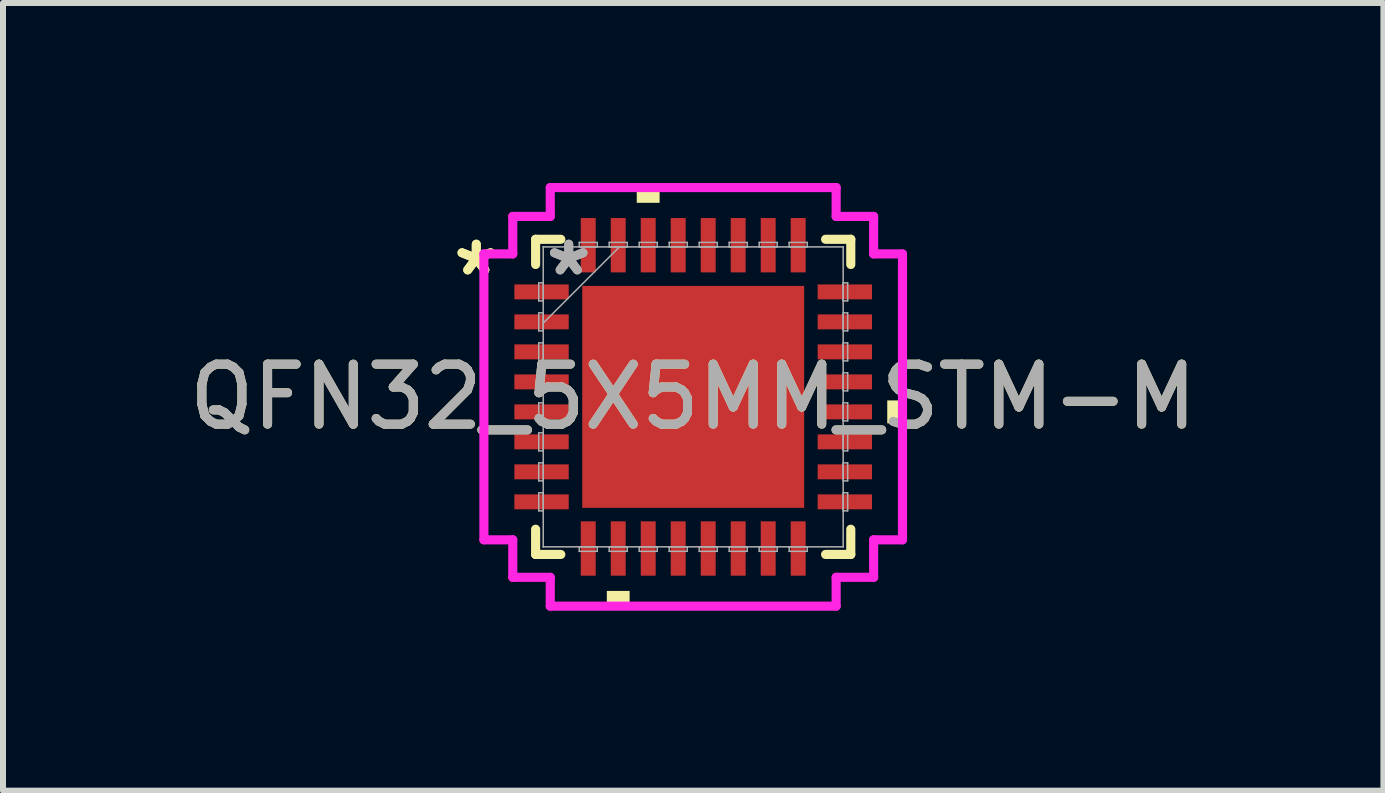
<source format=kicad_pcb>
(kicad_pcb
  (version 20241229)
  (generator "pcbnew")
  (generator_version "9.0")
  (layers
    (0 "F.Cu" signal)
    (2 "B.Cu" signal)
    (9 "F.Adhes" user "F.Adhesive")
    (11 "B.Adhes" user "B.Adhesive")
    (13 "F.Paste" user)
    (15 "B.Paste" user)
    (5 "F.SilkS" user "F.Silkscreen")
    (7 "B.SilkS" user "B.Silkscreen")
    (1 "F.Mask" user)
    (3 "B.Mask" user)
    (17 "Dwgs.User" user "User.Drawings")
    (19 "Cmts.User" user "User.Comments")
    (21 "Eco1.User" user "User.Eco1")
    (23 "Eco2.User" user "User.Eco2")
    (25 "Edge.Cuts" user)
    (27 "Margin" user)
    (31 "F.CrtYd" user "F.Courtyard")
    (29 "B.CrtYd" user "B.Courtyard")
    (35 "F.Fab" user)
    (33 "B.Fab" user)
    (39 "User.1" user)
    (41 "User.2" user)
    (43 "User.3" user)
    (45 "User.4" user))
  (footprint "QFN32_5X5MM_STM-M"
    (layer "F.Cu")
    (at 8.506 3.566)
    (property "Reference" "QFN32_5X5MM_STM-M" (at 0 0 0) (unlocked yes) (layer "F.SilkS") (effects (font (size 1 1) (thickness 0.15))))
    (attr smd)
    (fp_line (start -2.627 -2.627) (end -2.627 -2.207) (stroke (width 0.152) (type solid)) (layer "F.SilkS"))
    (fp_line (start -2.627 2.207) (end -2.627 2.627) (stroke (width 0.152) (type solid)) (layer "F.SilkS"))
    (fp_line (start -2.627 2.627) (end -2.207 2.627) (stroke (width 0.152) (type solid)) (layer "F.SilkS"))
    (fp_line (start -2.207 -2.627) (end -2.627 -2.627) (stroke (width 0.152) (type solid)) (layer "F.SilkS"))
    (fp_line (start 2.207 2.627) (end 2.627 2.627) (stroke (width 0.152) (type solid)) (layer "F.SilkS"))
    (fp_line (start 2.627 -2.627) (end 2.207 -2.627) (stroke (width 0.152) (type solid)) (layer "F.SilkS"))
    (fp_line (start 2.627 -2.207) (end 2.627 -2.627) (stroke (width 0.152) (type solid)) (layer "F.SilkS"))
    (fp_line (start 2.627 2.627) (end 2.627 2.207) (stroke (width 0.152) (type solid)) (layer "F.SilkS"))
    (fp_poly (pts (xy -1.44 3.235) (xy -1.44 3.489) (xy -1.06 3.489) (xy -1.06 3.235)) (stroke (width 0) (type solid)) (fill yes) (layer "F.SilkS"))
    (fp_poly (pts (xy -0.941 -3.235) (xy -0.941 -3.489) (xy -0.56 -3.489) (xy -0.56 -3.235)) (stroke (width 0) (type solid)) (fill yes) (layer "F.SilkS"))
    (fp_poly (pts (xy 3.489 0.059) (xy 3.489 0.441) (xy 3.235 0.441) (xy 3.235 0.059)) (stroke (width 0) (type solid)) (fill yes) (layer "F.SilkS"))
    (fp_poly (pts (xy -1.75 -1.75) (xy -1.75 -0.1) (xy -0.1 -0.1) (xy -0.1 -1.75)) (stroke (width 0) (type solid)) (fill yes) (layer "F.Paste"))
    (fp_poly (pts (xy -1.75 0.1) (xy -1.75 1.75) (xy -0.1 1.75) (xy -0.1 0.1)) (stroke (width 0) (type solid)) (fill yes) (layer "F.Paste"))
    (fp_poly (pts (xy 0.1 -1.75) (xy 0.1 -0.1) (xy 1.75 -0.1) (xy 1.75 -1.75)) (stroke (width 0) (type solid)) (fill yes) (layer "F.Paste"))
    (fp_poly (pts (xy 0.1 0.1) (xy 0.1 1.75) (xy 1.75 1.75) (xy 1.75 0.1)) (stroke (width 0) (type solid)) (fill yes) (layer "F.Paste"))
    (fp_line (start -3.489 -2.383) (end -3.008 -2.383) (stroke (width 0.152) (type solid)) (layer "F.CrtYd"))
    (fp_line (start -3.489 2.383) (end -3.489 -2.383) (stroke (width 0.152) (type solid)) (layer "F.CrtYd"))
    (fp_line (start -3.008 -3.008) (end -2.383 -3.008) (stroke (width 0.152) (type solid)) (layer "F.CrtYd"))
    (fp_line (start -3.008 -2.383) (end -3.008 -3.008) (stroke (width 0.152) (type solid)) (layer "F.CrtYd"))
    (fp_line (start -3.008 2.383) (end -3.489 2.383) (stroke (width 0.152) (type solid)) (layer "F.CrtYd"))
    (fp_line (start -3.008 3.008) (end -3.008 2.383) (stroke (width 0.152) (type solid)) (layer "F.CrtYd"))
    (fp_line (start -2.383 -3.489) (end 2.383 -3.489) (stroke (width 0.152) (type solid)) (layer "F.CrtYd"))
    (fp_line (start -2.383 -3.008) (end -2.383 -3.489) (stroke (width 0.152) (type solid)) (layer "F.CrtYd"))
    (fp_line (start -2.383 3.008) (end -3.008 3.008) (stroke (width 0.152) (type solid)) (layer "F.CrtYd"))
    (fp_line (start -2.383 3.489) (end -2.383 3.008) (stroke (width 0.152) (type solid)) (layer "F.CrtYd"))
    (fp_line (start 2.383 -3.489) (end 2.383 -3.008) (stroke (width 0.152) (type solid)) (layer "F.CrtYd"))
    (fp_line (start 2.383 -3.008) (end 3.008 -3.008) (stroke (width 0.152) (type solid)) (layer "F.CrtYd"))
    (fp_line (start 2.383 3.008) (end 2.383 3.489) (stroke (width 0.152) (type solid)) (layer "F.CrtYd"))
    (fp_line (start 2.383 3.489) (end -2.383 3.489) (stroke (width 0.152) (type solid)) (layer "F.CrtYd"))
    (fp_line (start 3.008 -3.008) (end 3.008 -2.383) (stroke (width 0.152) (type solid)) (layer "F.CrtYd"))
    (fp_line (start 3.008 -2.383) (end 3.489 -2.383) (stroke (width 0.152) (type solid)) (layer "F.CrtYd"))
    (fp_line (start 3.008 2.383) (end 3.008 3.008) (stroke (width 0.152) (type solid)) (layer "F.CrtYd"))
    (fp_line (start 3.008 3.008) (end 2.383 3.008) (stroke (width 0.152) (type solid)) (layer "F.CrtYd"))
    (fp_line (start 3.489 -2.383) (end 3.489 2.383) (stroke (width 0.152) (type solid)) (layer "F.CrtYd"))
    (fp_line (start 3.489 2.383) (end 3.008 2.383) (stroke (width 0.152) (type solid)) (layer "F.CrtYd"))
    (fp_line (start -2.575 -1.9) (end -2.575 -1.6) (stroke (width 0.025) (type solid)) (layer "F.Fab"))
    (fp_line (start -2.575 -1.6) (end -2.5 -1.6) (stroke (width 0.025) (type solid)) (layer "F.Fab"))
    (fp_line (start -2.575 -1.4) (end -2.575 -1.1) (stroke (width 0.025) (type solid)) (layer "F.Fab"))
    (fp_line (start -2.575 -1.1) (end -2.5 -1.1) (stroke (width 0.025) (type solid)) (layer "F.Fab"))
    (fp_line (start -2.575 -0.9) (end -2.575 -0.6) (stroke (width 0.025) (type solid)) (layer "F.Fab"))
    (fp_line (start -2.575 -0.6) (end -2.5 -0.6) (stroke (width 0.025) (type solid)) (layer "F.Fab"))
    (fp_line (start -2.575 -0.4) (end -2.575 -0.1) (stroke (width 0.025) (type solid)) (layer "F.Fab"))
    (fp_line (start -2.575 -0.1) (end -2.5 -0.1) (stroke (width 0.025) (type solid)) (layer "F.Fab"))
    (fp_line (start -2.575 0.1) (end -2.575 0.4) (stroke (width 0.025) (type solid)) (layer "F.Fab"))
    (fp_line (start -2.575 0.4) (end -2.5 0.4) (stroke (width 0.025) (type solid)) (layer "F.Fab"))
    (fp_line (start -2.575 0.6) (end -2.575 0.9) (stroke (width 0.025) (type solid)) (layer "F.Fab"))
    (fp_line (start -2.575 0.9) (end -2.5 0.9) (stroke (width 0.025) (type solid)) (layer "F.Fab"))
    (fp_line (start -2.575 1.1) (end -2.575 1.4) (stroke (width 0.025) (type solid)) (layer "F.Fab"))
    (fp_line (start -2.575 1.4) (end -2.5 1.4) (stroke (width 0.025) (type solid)) (layer "F.Fab"))
    (fp_line (start -2.575 1.6) (end -2.575 1.9) (stroke (width 0.025) (type solid)) (layer "F.Fab"))
    (fp_line (start -2.575 1.9) (end -2.5 1.9) (stroke (width 0.025) (type solid)) (layer "F.Fab"))
    (fp_line (start -2.5 -2.5) (end -2.5 -2.5) (stroke (width 0.025) (type solid)) (layer "F.Fab"))
    (fp_line (start -2.5 -2.5) (end -2.5 2.5) (stroke (width 0.025) (type solid)) (layer "F.Fab"))
    (fp_line (start -2.5 -1.9) (end -2.575 -1.9) (stroke (width 0.025) (type solid)) (layer "F.Fab"))
    (fp_line (start -2.5 -1.6) (end -2.5 -1.9) (stroke (width 0.025) (type solid)) (layer "F.Fab"))
    (fp_line (start -2.5 -1.4) (end -2.575 -1.4) (stroke (width 0.025) (type solid)) (layer "F.Fab"))
    (fp_line (start -2.5 -1.23) (end -1.23 -2.5) (stroke (width 0.025) (type solid)) (layer "F.Fab"))
    (fp_line (start -2.5 -1.1) (end -2.5 -1.4) (stroke (width 0.025) (type solid)) (layer "F.Fab"))
    (fp_line (start -2.5 -0.9) (end -2.575 -0.9) (stroke (width 0.025) (type solid)) (layer "F.Fab"))
    (fp_line (start -2.5 -0.6) (end -2.5 -0.9) (stroke (width 0.025) (type solid)) (layer "F.Fab"))
    (fp_line (start -2.5 -0.4) (end -2.575 -0.4) (stroke (width 0.025) (type solid)) (layer "F.Fab"))
    (fp_line (start -2.5 -0.1) (end -2.5 -0.4) (stroke (width 0.025) (type solid)) (layer "F.Fab"))
    (fp_line (start -2.5 0.1) (end -2.575 0.1) (stroke (width 0.025) (type solid)) (layer "F.Fab"))
    (fp_line (start -2.5 0.4) (end -2.5 0.1) (stroke (width 0.025) (type solid)) (layer "F.Fab"))
    (fp_line (start -2.5 0.6) (end -2.575 0.6) (stroke (width 0.025) (type solid)) (layer "F.Fab"))
    (fp_line (start -2.5 0.9) (end -2.5 0.6) (stroke (width 0.025) (type solid)) (layer "F.Fab"))
    (fp_line (start -2.5 1.1) (end -2.575 1.1) (stroke (width 0.025) (type solid)) (layer "F.Fab"))
    (fp_line (start -2.5 1.4) (end -2.5 1.1) (stroke (width 0.025) (type solid)) (layer "F.Fab"))
    (fp_line (start -2.5 1.6) (end -2.575 1.6) (stroke (width 0.025) (type solid)) (layer "F.Fab"))
    (fp_line (start -2.5 1.9) (end -2.5 1.6) (stroke (width 0.025) (type solid)) (layer "F.Fab"))
    (fp_line (start -2.5 2.5) (end -2.5 2.5) (stroke (width 0.025) (type solid)) (layer "F.Fab"))
    (fp_line (start -2.5 2.5) (end 2.5 2.5) (stroke (width 0.025) (type solid)) (layer "F.Fab"))
    (fp_line (start -1.9 -2.575) (end -1.9 -2.5) (stroke (width 0.025) (type solid)) (layer "F.Fab"))
    (fp_line (start -1.9 -2.5) (end -1.6 -2.5) (stroke (width 0.025) (type solid)) (layer "F.Fab"))
    (fp_line (start -1.9 2.5) (end -1.9 2.575) (stroke (width 0.025) (type solid)) (layer "F.Fab"))
    (fp_line (start -1.9 2.575) (end -1.6 2.575) (stroke (width 0.025) (type solid)) (layer "F.Fab"))
    (fp_line (start -1.6 -2.575) (end -1.9 -2.575) (stroke (width 0.025) (type solid)) (layer "F.Fab"))
    (fp_line (start -1.6 -2.5) (end -1.6 -2.575) (stroke (width 0.025) (type solid)) (layer "F.Fab"))
    (fp_line (start -1.6 2.5) (end -1.9 2.5) (stroke (width 0.025) (type solid)) (layer "F.Fab"))
    (fp_line (start -1.6 2.575) (end -1.6 2.5) (stroke (width 0.025) (type solid)) (layer "F.Fab"))
    (fp_line (start -1.4 -2.575) (end -1.4 -2.5) (stroke (width 0.025) (type solid)) (layer "F.Fab"))
    (fp_line (start -1.4 -2.5) (end -1.1 -2.5) (stroke (width 0.025) (type solid)) (layer "F.Fab"))
    (fp_line (start -1.4 2.5) (end -1.4 2.575) (stroke (width 0.025) (type solid)) (layer "F.Fab"))
    (fp_line (start -1.4 2.575) (end -1.1 2.575) (stroke (width 0.025) (type solid)) (layer "F.Fab"))
    (fp_line (start -1.1 -2.575) (end -1.4 -2.575) (stroke (width 0.025) (type solid)) (layer "F.Fab"))
    (fp_line (start -1.1 -2.5) (end -1.1 -2.575) (stroke (width 0.025) (type solid)) (layer "F.Fab"))
    (fp_line (start -1.1 2.5) (end -1.4 2.5) (stroke (width 0.025) (type solid)) (layer "F.Fab"))
    (fp_line (start -1.1 2.575) (end -1.1 2.5) (stroke (width 0.025) (type solid)) (layer "F.Fab"))
    (fp_line (start -0.9 -2.575) (end -0.9 -2.5) (stroke (width 0.025) (type solid)) (layer "F.Fab"))
    (fp_line (start -0.9 -2.5) (end -0.6 -2.5) (stroke (width 0.025) (type solid)) (layer "F.Fab"))
    (fp_line (start -0.9 2.5) (end -0.9 2.575) (stroke (width 0.025) (type solid)) (layer "F.Fab"))
    (fp_line (start -0.9 2.575) (end -0.6 2.575) (stroke (width 0.025) (type solid)) (layer "F.Fab"))
    (fp_line (start -0.6 -2.575) (end -0.9 -2.575) (stroke (width 0.025) (type solid)) (layer "F.Fab"))
    (fp_line (start -0.6 -2.5) (end -0.6 -2.575) (stroke (width 0.025) (type solid)) (layer "F.Fab"))
    (fp_line (start -0.6 2.5) (end -0.9 2.5) (stroke (width 0.025) (type solid)) (layer "F.Fab"))
    (fp_line (start -0.6 2.575) (end -0.6 2.5) (stroke (width 0.025) (type solid)) (layer "F.Fab"))
    (fp_line (start -0.4 -2.575) (end -0.4 -2.5) (stroke (width 0.025) (type solid)) (layer "F.Fab"))
    (fp_line (start -0.4 -2.5) (end -0.1 -2.5) (stroke (width 0.025) (type solid)) (layer "F.Fab"))
    (fp_line (start -0.4 2.5) (end -0.4 2.575) (stroke (width 0.025) (type solid)) (layer "F.Fab"))
    (fp_line (start -0.4 2.575) (end -0.1 2.575) (stroke (width 0.025) (type solid)) (layer "F.Fab"))
    (fp_line (start -0.1 -2.575) (end -0.4 -2.575) (stroke (width 0.025) (type solid)) (layer "F.Fab"))
    (fp_line (start -0.1 -2.5) (end -0.1 -2.575) (stroke (width 0.025) (type solid)) (layer "F.Fab"))
    (fp_line (start -0.1 2.5) (end -0.4 2.5) (stroke (width 0.025) (type solid)) (layer "F.Fab"))
    (fp_line (start -0.1 2.575) (end -0.1 2.5) (stroke (width 0.025) (type solid)) (layer "F.Fab"))
    (fp_line (start 0.1 -2.575) (end 0.1 -2.5) (stroke (width 0.025) (type solid)) (layer "F.Fab"))
    (fp_line (start 0.1 -2.5) (end 0.4 -2.5) (stroke (width 0.025) (type solid)) (layer "F.Fab"))
    (fp_line (start 0.1 2.5) (end 0.1 2.575) (stroke (width 0.025) (type solid)) (layer "F.Fab"))
    (fp_line (start 0.1 2.575) (end 0.4 2.575) (stroke (width 0.025) (type solid)) (layer "F.Fab"))
    (fp_line (start 0.4 -2.575) (end 0.1 -2.575) (stroke (width 0.025) (type solid)) (layer "F.Fab"))
    (fp_line (start 0.4 -2.5) (end 0.4 -2.575) (stroke (width 0.025) (type solid)) (layer "F.Fab"))
    (fp_line (start 0.4 2.5) (end 0.1 2.5) (stroke (width 0.025) (type solid)) (layer "F.Fab"))
    (fp_line (start 0.4 2.575) (end 0.4 2.5) (stroke (width 0.025) (type solid)) (layer "F.Fab"))
    (fp_line (start 0.6 -2.575) (end 0.6 -2.5) (stroke (width 0.025) (type solid)) (layer "F.Fab"))
    (fp_line (start 0.6 -2.5) (end 0.9 -2.5) (stroke (width 0.025) (type solid)) (layer "F.Fab"))
    (fp_line (start 0.6 2.5) (end 0.6 2.575) (stroke (width 0.025) (type solid)) (layer "F.Fab"))
    (fp_line (start 0.6 2.575) (end 0.9 2.575) (stroke (width 0.025) (type solid)) (layer "F.Fab"))
    (fp_line (start 0.9 -2.575) (end 0.6 -2.575) (stroke (width 0.025) (type solid)) (layer "F.Fab"))
    (fp_line (start 0.9 -2.5) (end 0.9 -2.575) (stroke (width 0.025) (type solid)) (layer "F.Fab"))
    (fp_line (start 0.9 2.5) (end 0.6 2.5) (stroke (width 0.025) (type solid)) (layer "F.Fab"))
    (fp_line (start 0.9 2.575) (end 0.9 2.5) (stroke (width 0.025) (type solid)) (layer "F.Fab"))
    (fp_line (start 1.1 -2.575) (end 1.1 -2.5) (stroke (width 0.025) (type solid)) (layer "F.Fab"))
    (fp_line (start 1.1 -2.5) (end 1.4 -2.5) (stroke (width 0.025) (type solid)) (layer "F.Fab"))
    (fp_line (start 1.1 2.5) (end 1.1 2.575) (stroke (width 0.025) (type solid)) (layer "F.Fab"))
    (fp_line (start 1.1 2.575) (end 1.4 2.575) (stroke (width 0.025) (type solid)) (layer "F.Fab"))
    (fp_line (start 1.4 -2.575) (end 1.1 -2.575) (stroke (width 0.025) (type solid)) (layer "F.Fab"))
    (fp_line (start 1.4 -2.5) (end 1.4 -2.575) (stroke (width 0.025) (type solid)) (layer "F.Fab"))
    (fp_line (start 1.4 2.5) (end 1.1 2.5) (stroke (width 0.025) (type solid)) (layer "F.Fab"))
    (fp_line (start 1.4 2.575) (end 1.4 2.5) (stroke (width 0.025) (type solid)) (layer "F.Fab"))
    (fp_line (start 1.6 -2.575) (end 1.6 -2.5) (stroke (width 0.025) (type solid)) (layer "F.Fab"))
    (fp_line (start 1.6 -2.5) (end 1.9 -2.5) (stroke (width 0.025) (type solid)) (layer "F.Fab"))
    (fp_line (start 1.6 2.5) (end 1.6 2.575) (stroke (width 0.025) (type solid)) (layer "F.Fab"))
    (fp_line (start 1.6 2.575) (end 1.9 2.575) (stroke (width 0.025) (type solid)) (layer "F.Fab"))
    (fp_line (start 1.9 -2.575) (end 1.6 -2.575) (stroke (width 0.025) (type solid)) (layer "F.Fab"))
    (fp_line (start 1.9 -2.5) (end 1.9 -2.575) (stroke (width 0.025) (type solid)) (layer "F.Fab"))
    (fp_line (start 1.9 2.5) (end 1.6 2.5) (stroke (width 0.025) (type solid)) (layer "F.Fab"))
    (fp_line (start 1.9 2.575) (end 1.9 2.5) (stroke (width 0.025) (type solid)) (layer "F.Fab"))
    (fp_line (start 2.5 -2.5) (end -2.5 -2.5) (stroke (width 0.025) (type solid)) (layer "F.Fab"))
    (fp_line (start 2.5 -2.5) (end 2.5 -2.5) (stroke (width 0.025) (type solid)) (layer "F.Fab"))
    (fp_line (start 2.5 -1.9) (end 2.5 -1.6) (stroke (width 0.025) (type solid)) (layer "F.Fab"))
    (fp_line (start 2.5 -1.6) (end 2.575 -1.6) (stroke (width 0.025) (type solid)) (layer "F.Fab"))
    (fp_line (start 2.5 -1.4) (end 2.5 -1.1) (stroke (width 0.025) (type solid)) (layer "F.Fab"))
    (fp_line (start 2.5 -1.1) (end 2.575 -1.1) (stroke (width 0.025) (type solid)) (layer "F.Fab"))
    (fp_line (start 2.5 -0.9) (end 2.5 -0.6) (stroke (width 0.025) (type solid)) (layer "F.Fab"))
    (fp_line (start 2.5 -0.6) (end 2.575 -0.6) (stroke (width 0.025) (type solid)) (layer "F.Fab"))
    (fp_line (start 2.5 -0.4) (end 2.5 -0.1) (stroke (width 0.025) (type solid)) (layer "F.Fab"))
    (fp_line (start 2.5 -0.1) (end 2.575 -0.1) (stroke (width 0.025) (type solid)) (layer "F.Fab"))
    (fp_line (start 2.5 0.1) (end 2.5 0.4) (stroke (width 0.025) (type solid)) (layer "F.Fab"))
    (fp_line (start 2.5 0.4) (end 2.575 0.4) (stroke (width 0.025) (type solid)) (layer "F.Fab"))
    (fp_line (start 2.5 0.6) (end 2.5 0.9) (stroke (width 0.025) (type solid)) (layer "F.Fab"))
    (fp_line (start 2.5 0.9) (end 2.575 0.9) (stroke (width 0.025) (type solid)) (layer "F.Fab"))
    (fp_line (start 2.5 1.1) (end 2.5 1.4) (stroke (width 0.025) (type solid)) (layer "F.Fab"))
    (fp_line (start 2.5 1.4) (end 2.575 1.4) (stroke (width 0.025) (type solid)) (layer "F.Fab"))
    (fp_line (start 2.5 1.6) (end 2.5 1.9) (stroke (width 0.025) (type solid)) (layer "F.Fab"))
    (fp_line (start 2.5 1.9) (end 2.575 1.9) (stroke (width 0.025) (type solid)) (layer "F.Fab"))
    (fp_line (start 2.5 2.5) (end 2.5 -2.5) (stroke (width 0.025) (type solid)) (layer "F.Fab"))
    (fp_line (start 2.5 2.5) (end 2.5 2.5) (stroke (width 0.025) (type solid)) (layer "F.Fab"))
    (fp_line (start 2.575 -1.9) (end 2.5 -1.9) (stroke (width 0.025) (type solid)) (layer "F.Fab"))
    (fp_line (start 2.575 -1.6) (end 2.575 -1.9) (stroke (width 0.025) (type solid)) (layer "F.Fab"))
    (fp_line (start 2.575 -1.4) (end 2.5 -1.4) (stroke (width 0.025) (type solid)) (layer "F.Fab"))
    (fp_line (start 2.575 -1.1) (end 2.575 -1.4) (stroke (width 0.025) (type solid)) (layer "F.Fab"))
    (fp_line (start 2.575 -0.9) (end 2.5 -0.9) (stroke (width 0.025) (type solid)) (layer "F.Fab"))
    (fp_line (start 2.575 -0.6) (end 2.575 -0.9) (stroke (width 0.025) (type solid)) (layer "F.Fab"))
    (fp_line (start 2.575 -0.4) (end 2.5 -0.4) (stroke (width 0.025) (type solid)) (layer "F.Fab"))
    (fp_line (start 2.575 -0.1) (end 2.575 -0.4) (stroke (width 0.025) (type solid)) (layer "F.Fab"))
    (fp_line (start 2.575 0.1) (end 2.5 0.1) (stroke (width 0.025) (type solid)) (layer "F.Fab"))
    (fp_line (start 2.575 0.4) (end 2.575 0.1) (stroke (width 0.025) (type solid)) (layer "F.Fab"))
    (fp_line (start 2.575 0.6) (end 2.5 0.6) (stroke (width 0.025) (type solid)) (layer "F.Fab"))
    (fp_line (start 2.575 0.9) (end 2.575 0.6) (stroke (width 0.025) (type solid)) (layer "F.Fab"))
    (fp_line (start 2.575 1.1) (end 2.5 1.1) (stroke (width 0.025) (type solid)) (layer "F.Fab"))
    (fp_line (start 2.575 1.4) (end 2.575 1.1) (stroke (width 0.025) (type solid)) (layer "F.Fab"))
    (fp_line (start 2.575 1.6) (end 2.5 1.6) (stroke (width 0.025) (type solid)) (layer "F.Fab"))
    (fp_line (start 2.575 1.9) (end 2.575 1.6) (stroke (width 0.025) (type solid)) (layer "F.Fab"))
    (fp_text user "*" (at -3.616 -2 0) (unlocked yes) (layer "F.SilkS") (effects (font (size 1 1) (thickness 0.15))))
    (fp_text user "*" (at -3.616 -2 0) (layer "F.SilkS") (effects (font (size 1 1) (thickness 0.15))))
    (fp_text user "${REFERENCE}" (at 0 0 0) (unlocked yes) (layer "F.Fab") (effects (font (size 1 1) (thickness 0.15))))
    (fp_text user "*" (at -2.075 -2 0) (layer "F.Fab") (effects (font (size 1 1) (thickness 0.15))))
    (fp_text user "*" (at -2.075 -2 0) (unlocked yes) (layer "F.Fab") (effects (font (size 1 1) (thickness 0.15))))
    (pad "1" smd rect (at -2.528 -1.75 90) (size 0.249 0.906) (layers "F.Cu" "F.Mask" "F.Paste"))
    (pad "2" smd rect (at -2.528 -1.25 90) (size 0.249 0.906) (layers "F.Cu" "F.Mask" "F.Paste"))
    (pad "3" smd rect (at -2.528 -0.75 90) (size 0.249 0.906) (layers "F.Cu" "F.Mask" "F.Paste"))
    (pad "4" smd rect (at -2.528 -0.25 90) (size 0.249 0.906) (layers "F.Cu" "F.Mask" "F.Paste"))
    (pad "5" smd rect (at -2.528 0.25 90) (size 0.249 0.906) (layers "F.Cu" "F.Mask" "F.Paste"))
    (pad "6" smd rect (at -2.528 0.75 90) (size 0.249 0.906) (layers "F.Cu" "F.Mask" "F.Paste"))
    (pad "7" smd rect (at -2.528 1.25 90) (size 0.249 0.906) (layers "F.Cu" "F.Mask" "F.Paste"))
    (pad "8" smd rect (at -2.528 1.75 90) (size 0.249 0.906) (layers "F.Cu" "F.Mask" "F.Paste"))
    (pad "9" smd rect (at -1.75 2.528) (size 0.249 0.906) (layers "F.Cu" "F.Mask" "F.Paste"))
    (pad "10" smd rect (at -1.25 2.528) (size 0.249 0.906) (layers "F.Cu" "F.Mask" "F.Paste"))
    (pad "11" smd rect (at -0.75 2.528) (size 0.249 0.906) (layers "F.Cu" "F.Mask" "F.Paste"))
    (pad "12" smd rect (at -0.25 2.528) (size 0.249 0.906) (layers "F.Cu" "F.Mask" "F.Paste"))
    (pad "13" smd rect (at 0.25 2.528) (size 0.249 0.906) (layers "F.Cu" "F.Mask" "F.Paste"))
    (pad "14" smd rect (at 0.75 2.528) (size 0.249 0.906) (layers "F.Cu" "F.Mask" "F.Paste"))
    (pad "15" smd rect (at 1.25 2.528) (size 0.249 0.906) (layers "F.Cu" "F.Mask" "F.Paste"))
    (pad "16" smd rect (at 1.75 2.528) (size 0.249 0.906) (layers "F.Cu" "F.Mask" "F.Paste"))
    (pad "17" smd rect (at 2.528 1.75 90) (size 0.249 0.906) (layers "F.Cu" "F.Mask" "F.Paste"))
    (pad "18" smd rect (at 2.528 1.25 90) (size 0.249 0.906) (layers "F.Cu" "F.Mask" "F.Paste"))
    (pad "19" smd rect (at 2.528 0.75 90) (size 0.249 0.906) (layers "F.Cu" "F.Mask" "F.Paste"))
    (pad "20" smd rect (at 2.528 0.25 90) (size 0.249 0.906) (layers "F.Cu" "F.Mask" "F.Paste"))
    (pad "21" smd rect (at 2.528 -0.25 90) (size 0.249 0.906) (layers "F.Cu" "F.Mask" "F.Paste"))
    (pad "22" smd rect (at 2.528 -0.75 90) (size 0.249 0.906) (layers "F.Cu" "F.Mask" "F.Paste"))
    (pad "23" smd rect (at 2.528 -1.25 90) (size 0.249 0.906) (layers "F.Cu" "F.Mask" "F.Paste"))
    (pad "24" smd rect (at 2.528 -1.75 90) (size 0.249 0.906) (layers "F.Cu" "F.Mask" "F.Paste"))
    (pad "25" smd rect (at 1.75 -2.528) (size 0.249 0.906) (layers "F.Cu" "F.Mask" "F.Paste"))
    (pad "26" smd rect (at 1.25 -2.528) (size 0.249 0.906) (layers "F.Cu" "F.Mask" "F.Paste"))
    (pad "27" smd rect (at 0.75 -2.528) (size 0.249 0.906) (layers "F.Cu" "F.Mask" "F.Paste"))
    (pad "28" smd rect (at 0.25 -2.528) (size 0.249 0.906) (layers "F.Cu" "F.Mask" "F.Paste"))
    (pad "29" smd rect (at -0.25 -2.528) (size 0.249 0.906) (layers "F.Cu" "F.Mask" "F.Paste"))
    (pad "30" smd rect (at -0.75 -2.528) (size 0.249 0.906) (layers "F.Cu" "F.Mask" "F.Paste"))
    (pad "31" smd rect (at -1.25 -2.528) (size 0.249 0.906) (layers "F.Cu" "F.Mask" "F.Paste"))
    (pad "32" smd rect (at -1.75 -2.528) (size 0.249 0.906) (layers "F.Cu" "F.Mask" "F.Paste"))
    (pad "33" smd rect (at 0 0) (size 3.7 3.7) (layers "F.Cu" "F.Mask" "F.Paste")))
  (gr_rect
    (start -3 -3)
    (end 20.012 10.131)
    (stroke (width 0.1) (type default))
    (fill no)
    (layer "Edge.Cuts")))
</source>
